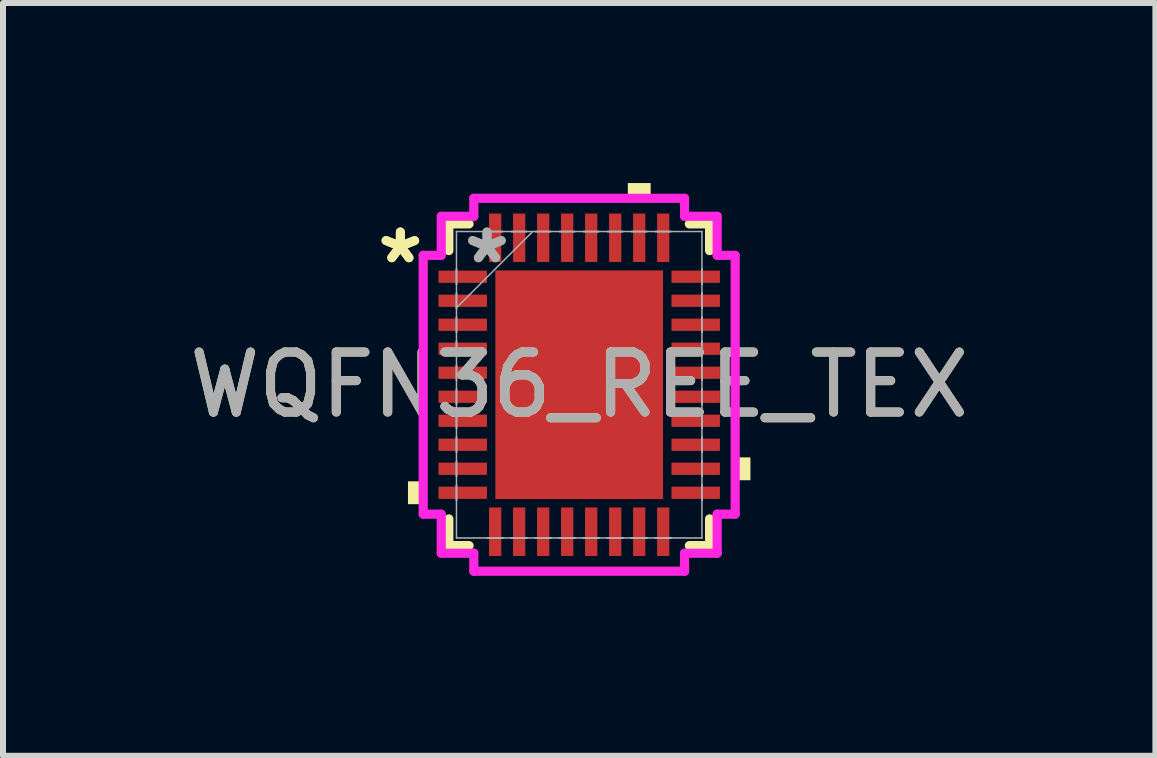
<source format=kicad_pcb>
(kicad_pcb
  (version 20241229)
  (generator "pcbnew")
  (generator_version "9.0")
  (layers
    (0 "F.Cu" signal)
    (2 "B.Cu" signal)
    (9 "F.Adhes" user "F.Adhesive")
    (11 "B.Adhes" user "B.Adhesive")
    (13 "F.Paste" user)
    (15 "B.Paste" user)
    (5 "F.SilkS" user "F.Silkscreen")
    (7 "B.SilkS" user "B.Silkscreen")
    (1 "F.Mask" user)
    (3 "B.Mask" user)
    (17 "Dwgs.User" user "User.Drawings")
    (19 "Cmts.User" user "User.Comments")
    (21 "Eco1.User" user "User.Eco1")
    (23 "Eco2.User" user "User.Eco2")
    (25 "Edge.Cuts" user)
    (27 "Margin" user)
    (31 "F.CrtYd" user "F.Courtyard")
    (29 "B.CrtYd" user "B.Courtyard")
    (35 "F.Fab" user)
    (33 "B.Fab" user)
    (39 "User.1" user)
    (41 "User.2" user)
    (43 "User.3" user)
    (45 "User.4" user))
  (footprint "WQFN36_REE_TEX"
    (layer "F.Cu")
    (at 6.601 3.361)
    (property "Reference" "WQFN36_REE_TEX" (at 0 0 0) (unlocked yes) (layer "F.SilkS") (effects (font (size 1 1) (thickness 0.15))))
    (attr smd)
    (fp_line (start -2.172 -2.68) (end -2.172 -2.235) (stroke (width 0.152) (type solid)) (layer "F.SilkS"))
    (fp_line (start -2.172 2.235) (end -2.172 2.68) (stroke (width 0.152) (type solid)) (layer "F.SilkS"))
    (fp_line (start -2.172 2.68) (end -1.835 2.68) (stroke (width 0.152) (type solid)) (layer "F.SilkS"))
    (fp_line (start -1.835 -2.68) (end -2.172 -2.68) (stroke (width 0.152) (type solid)) (layer "F.SilkS"))
    (fp_line (start 1.835 2.68) (end 2.172 2.68) (stroke (width 0.152) (type solid)) (layer "F.SilkS"))
    (fp_line (start 2.172 -2.68) (end 1.835 -2.68) (stroke (width 0.152) (type solid)) (layer "F.SilkS"))
    (fp_line (start 2.172 -2.235) (end 2.172 -2.68) (stroke (width 0.152) (type solid)) (layer "F.SilkS"))
    (fp_line (start 2.172 2.68) (end 2.172 2.235) (stroke (width 0.152) (type solid)) (layer "F.SilkS"))
    (fp_poly (pts (xy -2.853 1.609) (xy -2.853 1.99) (xy -2.599 1.99) (xy -2.599 1.609)) (stroke (width 0) (type solid)) (fill yes) (layer "F.SilkS"))
    (fp_poly (pts (xy 0.81 -3.107) (xy 0.81 -3.361) (xy 1.191 -3.361) (xy 1.191 -3.107)) (stroke (width 0) (type solid)) (fill yes) (layer "F.SilkS"))
    (fp_poly (pts (xy 2.853 1.21) (xy 2.853 1.591) (xy 2.599 1.591) (xy 2.599 1.21)) (stroke (width 0) (type solid)) (fill yes) (layer "F.SilkS"))
    (fp_poly (pts (xy -1.297 -1.805) (xy -1.297 -0.735) (xy -0.1 -0.735) (xy -0.1 -1.805)) (stroke (width 0) (type solid)) (fill yes) (layer "F.Paste"))
    (fp_poly (pts (xy -1.297 -0.535) (xy -1.297 0.535) (xy -0.1 0.535) (xy -0.1 -0.535)) (stroke (width 0) (type solid)) (fill yes) (layer "F.Paste"))
    (fp_poly (pts (xy -1.297 0.735) (xy -1.297 1.805) (xy -0.1 1.805) (xy -0.1 0.735)) (stroke (width 0) (type solid)) (fill yes) (layer "F.Paste"))
    (fp_poly (pts (xy 0.1 -1.805) (xy 0.1 -0.735) (xy 1.297 -0.735) (xy 1.297 -1.805)) (stroke (width 0) (type solid)) (fill yes) (layer "F.Paste"))
    (fp_poly (pts (xy 0.1 -0.535) (xy 0.1 0.535) (xy 1.297 0.535) (xy 1.297 -0.535)) (stroke (width 0) (type solid)) (fill yes) (layer "F.Paste"))
    (fp_poly (pts (xy 0.1 0.735) (xy 0.1 1.805) (xy 1.297 1.805) (xy 1.297 0.735)) (stroke (width 0) (type solid)) (fill yes) (layer "F.Paste"))
    (fp_line (start -2.599 -2.156) (end -2.299 -2.156) (stroke (width 0.152) (type solid)) (layer "F.CrtYd"))
    (fp_line (start -2.599 2.156) (end -2.599 -2.156) (stroke (width 0.152) (type solid)) (layer "F.CrtYd"))
    (fp_line (start -2.299 -2.807) (end -1.756 -2.807) (stroke (width 0.152) (type solid)) (layer "F.CrtYd"))
    (fp_line (start -2.299 -2.156) (end -2.299 -2.807) (stroke (width 0.152) (type solid)) (layer "F.CrtYd"))
    (fp_line (start -2.299 2.156) (end -2.599 2.156) (stroke (width 0.152) (type solid)) (layer "F.CrtYd"))
    (fp_line (start -2.299 2.807) (end -2.299 2.156) (stroke (width 0.152) (type solid)) (layer "F.CrtYd"))
    (fp_line (start -1.756 -3.107) (end 1.756 -3.107) (stroke (width 0.152) (type solid)) (layer "F.CrtYd"))
    (fp_line (start -1.756 -2.807) (end -1.756 -3.107) (stroke (width 0.152) (type solid)) (layer "F.CrtYd"))
    (fp_line (start -1.756 2.807) (end -2.299 2.807) (stroke (width 0.152) (type solid)) (layer "F.CrtYd"))
    (fp_line (start -1.756 3.107) (end -1.756 2.807) (stroke (width 0.152) (type solid)) (layer "F.CrtYd"))
    (fp_line (start 1.756 -3.107) (end 1.756 -2.807) (stroke (width 0.152) (type solid)) (layer "F.CrtYd"))
    (fp_line (start 1.756 -2.807) (end 2.299 -2.807) (stroke (width 0.152) (type solid)) (layer "F.CrtYd"))
    (fp_line (start 1.756 2.807) (end 1.756 3.107) (stroke (width 0.152) (type solid)) (layer "F.CrtYd"))
    (fp_line (start 1.756 3.107) (end -1.756 3.107) (stroke (width 0.152) (type solid)) (layer "F.CrtYd"))
    (fp_line (start 2.299 -2.807) (end 2.299 -2.156) (stroke (width 0.152) (type solid)) (layer "F.CrtYd"))
    (fp_line (start 2.299 -2.156) (end 2.599 -2.156) (stroke (width 0.152) (type solid)) (layer "F.CrtYd"))
    (fp_line (start 2.299 2.156) (end 2.299 2.807) (stroke (width 0.152) (type solid)) (layer "F.CrtYd"))
    (fp_line (start 2.299 2.807) (end 1.756 2.807) (stroke (width 0.152) (type solid)) (layer "F.CrtYd"))
    (fp_line (start 2.599 -2.156) (end 2.599 2.156) (stroke (width 0.152) (type solid)) (layer "F.CrtYd"))
    (fp_line (start 2.599 2.156) (end 2.299 2.156) (stroke (width 0.152) (type solid)) (layer "F.CrtYd"))
    (fp_line (start -2.045 -2.553) (end -2.045 -2.553) (stroke (width 0.025) (type solid)) (layer "F.Fab"))
    (fp_line (start -2.045 -2.553) (end -2.045 2.553) (stroke (width 0.025) (type solid)) (layer "F.Fab"))
    (fp_line (start -2.045 -1.927) (end -2.045 -1.927) (stroke (width 0.025) (type solid)) (layer "F.Fab"))
    (fp_line (start -2.045 -1.927) (end -2.045 -1.673) (stroke (width 0.025) (type solid)) (layer "F.Fab"))
    (fp_line (start -2.045 -1.673) (end -2.045 -1.927) (stroke (width 0.025) (type solid)) (layer "F.Fab"))
    (fp_line (start -2.045 -1.673) (end -2.045 -1.673) (stroke (width 0.025) (type solid)) (layer "F.Fab"))
    (fp_line (start -2.045 -1.527) (end -2.045 -1.527) (stroke (width 0.025) (type solid)) (layer "F.Fab"))
    (fp_line (start -2.045 -1.527) (end -2.045 -1.273) (stroke (width 0.025) (type solid)) (layer "F.Fab"))
    (fp_line (start -2.045 -1.283) (end -0.775 -2.553) (stroke (width 0.025) (type solid)) (layer "F.Fab"))
    (fp_line (start -2.045 -1.273) (end -2.045 -1.527) (stroke (width 0.025) (type solid)) (layer "F.Fab"))
    (fp_line (start -2.045 -1.273) (end -2.045 -1.273) (stroke (width 0.025) (type solid)) (layer "F.Fab"))
    (fp_line (start -2.045 -1.127) (end -2.045 -1.127) (stroke (width 0.025) (type solid)) (layer "F.Fab"))
    (fp_line (start -2.045 -1.127) (end -2.045 -0.873) (stroke (width 0.025) (type solid)) (layer "F.Fab"))
    (fp_line (start -2.045 -0.873) (end -2.045 -1.127) (stroke (width 0.025) (type solid)) (layer "F.Fab"))
    (fp_line (start -2.045 -0.873) (end -2.045 -0.873) (stroke (width 0.025) (type solid)) (layer "F.Fab"))
    (fp_line (start -2.045 -0.727) (end -2.045 -0.727) (stroke (width 0.025) (type solid)) (layer "F.Fab"))
    (fp_line (start -2.045 -0.727) (end -2.045 -0.473) (stroke (width 0.025) (type solid)) (layer "F.Fab"))
    (fp_line (start -2.045 -0.473) (end -2.045 -0.727) (stroke (width 0.025) (type solid)) (layer "F.Fab"))
    (fp_line (start -2.045 -0.473) (end -2.045 -0.473) (stroke (width 0.025) (type solid)) (layer "F.Fab"))
    (fp_line (start -2.045 -0.327) (end -2.045 -0.327) (stroke (width 0.025) (type solid)) (layer "F.Fab"))
    (fp_line (start -2.045 -0.327) (end -2.045 -0.073) (stroke (width 0.025) (type solid)) (layer "F.Fab"))
    (fp_line (start -2.045 -0.073) (end -2.045 -0.327) (stroke (width 0.025) (type solid)) (layer "F.Fab"))
    (fp_line (start -2.045 -0.073) (end -2.045 -0.073) (stroke (width 0.025) (type solid)) (layer "F.Fab"))
    (fp_line (start -2.045 0.073) (end -2.045 0.073) (stroke (width 0.025) (type solid)) (layer "F.Fab"))
    (fp_line (start -2.045 0.073) (end -2.045 0.327) (stroke (width 0.025) (type solid)) (layer "F.Fab"))
    (fp_line (start -2.045 0.327) (end -2.045 0.073) (stroke (width 0.025) (type solid)) (layer "F.Fab"))
    (fp_line (start -2.045 0.327) (end -2.045 0.327) (stroke (width 0.025) (type solid)) (layer "F.Fab"))
    (fp_line (start -2.045 0.473) (end -2.045 0.473) (stroke (width 0.025) (type solid)) (layer "F.Fab"))
    (fp_line (start -2.045 0.473) (end -2.045 0.727) (stroke (width 0.025) (type solid)) (layer "F.Fab"))
    (fp_line (start -2.045 0.727) (end -2.045 0.473) (stroke (width 0.025) (type solid)) (layer "F.Fab"))
    (fp_line (start -2.045 0.727) (end -2.045 0.727) (stroke (width 0.025) (type solid)) (layer "F.Fab"))
    (fp_line (start -2.045 0.873) (end -2.045 0.873) (stroke (width 0.025) (type solid)) (layer "F.Fab"))
    (fp_line (start -2.045 0.873) (end -2.045 1.127) (stroke (width 0.025) (type solid)) (layer "F.Fab"))
    (fp_line (start -2.045 1.127) (end -2.045 0.873) (stroke (width 0.025) (type solid)) (layer "F.Fab"))
    (fp_line (start -2.045 1.127) (end -2.045 1.127) (stroke (width 0.025) (type solid)) (layer "F.Fab"))
    (fp_line (start -2.045 1.273) (end -2.045 1.273) (stroke (width 0.025) (type solid)) (layer "F.Fab"))
    (fp_line (start -2.045 1.273) (end -2.045 1.527) (stroke (width 0.025) (type solid)) (layer "F.Fab"))
    (fp_line (start -2.045 1.527) (end -2.045 1.273) (stroke (width 0.025) (type solid)) (layer "F.Fab"))
    (fp_line (start -2.045 1.527) (end -2.045 1.527) (stroke (width 0.025) (type solid)) (layer "F.Fab"))
    (fp_line (start -2.045 1.673) (end -2.045 1.673) (stroke (width 0.025) (type solid)) (layer "F.Fab"))
    (fp_line (start -2.045 1.673) (end -2.045 1.927) (stroke (width 0.025) (type solid)) (layer "F.Fab"))
    (fp_line (start -2.045 1.927) (end -2.045 1.673) (stroke (width 0.025) (type solid)) (layer "F.Fab"))
    (fp_line (start -2.045 1.927) (end -2.045 1.927) (stroke (width 0.025) (type solid)) (layer "F.Fab"))
    (fp_line (start -2.045 2.553) (end -2.045 2.553) (stroke (width 0.025) (type solid)) (layer "F.Fab"))
    (fp_line (start -2.045 2.553) (end 2.045 2.553) (stroke (width 0.025) (type solid)) (layer "F.Fab"))
    (fp_line (start -1.527 -2.553) (end -1.527 -2.553) (stroke (width 0.025) (type solid)) (layer "F.Fab"))
    (fp_line (start -1.527 -2.553) (end -1.273 -2.553) (stroke (width 0.025) (type solid)) (layer "F.Fab"))
    (fp_line (start -1.527 2.553) (end -1.527 2.553) (stroke (width 0.025) (type solid)) (layer "F.Fab"))
    (fp_line (start -1.527 2.553) (end -1.273 2.553) (stroke (width 0.025) (type solid)) (layer "F.Fab"))
    (fp_line (start -1.273 -2.553) (end -1.527 -2.553) (stroke (width 0.025) (type solid)) (layer "F.Fab"))
    (fp_line (start -1.273 -2.553) (end -1.273 -2.553) (stroke (width 0.025) (type solid)) (layer "F.Fab"))
    (fp_line (start -1.273 2.553) (end -1.527 2.553) (stroke (width 0.025) (type solid)) (layer "F.Fab"))
    (fp_line (start -1.273 2.553) (end -1.273 2.553) (stroke (width 0.025) (type solid)) (layer "F.Fab"))
    (fp_line (start -1.127 -2.553) (end -1.127 -2.553) (stroke (width 0.025) (type solid)) (layer "F.Fab"))
    (fp_line (start -1.127 -2.553) (end -0.873 -2.553) (stroke (width 0.025) (type solid)) (layer "F.Fab"))
    (fp_line (start -1.127 2.553) (end -1.127 2.553) (stroke (width 0.025) (type solid)) (layer "F.Fab"))
    (fp_line (start -1.127 2.553) (end -0.873 2.553) (stroke (width 0.025) (type solid)) (layer "F.Fab"))
    (fp_line (start -0.873 -2.553) (end -1.127 -2.553) (stroke (width 0.025) (type solid)) (layer "F.Fab"))
    (fp_line (start -0.873 -2.553) (end -0.873 -2.553) (stroke (width 0.025) (type solid)) (layer "F.Fab"))
    (fp_line (start -0.873 2.553) (end -1.127 2.553) (stroke (width 0.025) (type solid)) (layer "F.Fab"))
    (fp_line (start -0.873 2.553) (end -0.873 2.553) (stroke (width 0.025) (type solid)) (layer "F.Fab"))
    (fp_line (start -0.727 -2.553) (end -0.727 -2.553) (stroke (width 0.025) (type solid)) (layer "F.Fab"))
    (fp_line (start -0.727 -2.553) (end -0.473 -2.553) (stroke (width 0.025) (type solid)) (layer "F.Fab"))
    (fp_line (start -0.727 2.553) (end -0.727 2.553) (stroke (width 0.025) (type solid)) (layer "F.Fab"))
    (fp_line (start -0.727 2.553) (end -0.473 2.553) (stroke (width 0.025) (type solid)) (layer "F.Fab"))
    (fp_line (start -0.473 -2.553) (end -0.727 -2.553) (stroke (width 0.025) (type solid)) (layer "F.Fab"))
    (fp_line (start -0.473 -2.553) (end -0.473 -2.553) (stroke (width 0.025) (type solid)) (layer "F.Fab"))
    (fp_line (start -0.473 2.553) (end -0.727 2.553) (stroke (width 0.025) (type solid)) (layer "F.Fab"))
    (fp_line (start -0.473 2.553) (end -0.473 2.553) (stroke (width 0.025) (type solid)) (layer "F.Fab"))
    (fp_line (start -0.327 -2.553) (end -0.327 -2.553) (stroke (width 0.025) (type solid)) (layer "F.Fab"))
    (fp_line (start -0.327 -2.553) (end -0.073 -2.553) (stroke (width 0.025) (type solid)) (layer "F.Fab"))
    (fp_line (start -0.327 2.553) (end -0.327 2.553) (stroke (width 0.025) (type solid)) (layer "F.Fab"))
    (fp_line (start -0.327 2.553) (end -0.073 2.553) (stroke (width 0.025) (type solid)) (layer "F.Fab"))
    (fp_line (start -0.073 -2.553) (end -0.327 -2.553) (stroke (width 0.025) (type solid)) (layer "F.Fab"))
    (fp_line (start -0.073 -2.553) (end -0.073 -2.553) (stroke (width 0.025) (type solid)) (layer "F.Fab"))
    (fp_line (start -0.073 2.553) (end -0.327 2.553) (stroke (width 0.025) (type solid)) (layer "F.Fab"))
    (fp_line (start -0.073 2.553) (end -0.073 2.553) (stroke (width 0.025) (type solid)) (layer "F.Fab"))
    (fp_line (start 0.073 -2.553) (end 0.073 -2.553) (stroke (width 0.025) (type solid)) (layer "F.Fab"))
    (fp_line (start 0.073 -2.553) (end 0.327 -2.553) (stroke (width 0.025) (type solid)) (layer "F.Fab"))
    (fp_line (start 0.073 2.553) (end 0.073 2.553) (stroke (width 0.025) (type solid)) (layer "F.Fab"))
    (fp_line (start 0.073 2.553) (end 0.327 2.553) (stroke (width 0.025) (type solid)) (layer "F.Fab"))
    (fp_line (start 0.327 -2.553) (end 0.073 -2.553) (stroke (width 0.025) (type solid)) (layer "F.Fab"))
    (fp_line (start 0.327 -2.553) (end 0.327 -2.553) (stroke (width 0.025) (type solid)) (layer "F.Fab"))
    (fp_line (start 0.327 2.553) (end 0.073 2.553) (stroke (width 0.025) (type solid)) (layer "F.Fab"))
    (fp_line (start 0.327 2.553) (end 0.327 2.553) (stroke (width 0.025) (type solid)) (layer "F.Fab"))
    (fp_line (start 0.473 -2.553) (end 0.473 -2.553) (stroke (width 0.025) (type solid)) (layer "F.Fab"))
    (fp_line (start 0.473 -2.553) (end 0.727 -2.553) (stroke (width 0.025) (type solid)) (layer "F.Fab"))
    (fp_line (start 0.473 2.553) (end 0.473 2.553) (stroke (width 0.025) (type solid)) (layer "F.Fab"))
    (fp_line (start 0.473 2.553) (end 0.727 2.553) (stroke (width 0.025) (type solid)) (layer "F.Fab"))
    (fp_line (start 0.727 -2.553) (end 0.473 -2.553) (stroke (width 0.025) (type solid)) (layer "F.Fab"))
    (fp_line (start 0.727 -2.553) (end 0.727 -2.553) (stroke (width 0.025) (type solid)) (layer "F.Fab"))
    (fp_line (start 0.727 2.553) (end 0.473 2.553) (stroke (width 0.025) (type solid)) (layer "F.Fab"))
    (fp_line (start 0.727 2.553) (end 0.727 2.553) (stroke (width 0.025) (type solid)) (layer "F.Fab"))
    (fp_line (start 0.873 -2.553) (end 0.873 -2.553) (stroke (width 0.025) (type solid)) (layer "F.Fab"))
    (fp_line (start 0.873 -2.553) (end 1.127 -2.553) (stroke (width 0.025) (type solid)) (layer "F.Fab"))
    (fp_line (start 0.873 2.553) (end 0.873 2.553) (stroke (width 0.025) (type solid)) (layer "F.Fab"))
    (fp_line (start 0.873 2.553) (end 1.127 2.553) (stroke (width 0.025) (type solid)) (layer "F.Fab"))
    (fp_line (start 1.127 -2.553) (end 0.873 -2.553) (stroke (width 0.025) (type solid)) (layer "F.Fab"))
    (fp_line (start 1.127 -2.553) (end 1.127 -2.553) (stroke (width 0.025) (type solid)) (layer "F.Fab"))
    (fp_line (start 1.127 2.553) (end 0.873 2.553) (stroke (width 0.025) (type solid)) (layer "F.Fab"))
    (fp_line (start 1.127 2.553) (end 1.127 2.553) (stroke (width 0.025) (type solid)) (layer "F.Fab"))
    (fp_line (start 1.273 -2.553) (end 1.273 -2.553) (stroke (width 0.025) (type solid)) (layer "F.Fab"))
    (fp_line (start 1.273 -2.553) (end 1.527 -2.553) (stroke (width 0.025) (type solid)) (layer "F.Fab"))
    (fp_line (start 1.273 2.553) (end 1.273 2.553) (stroke (width 0.025) (type solid)) (layer "F.Fab"))
    (fp_line (start 1.273 2.553) (end 1.527 2.553) (stroke (width 0.025) (type solid)) (layer "F.Fab"))
    (fp_line (start 1.527 -2.553) (end 1.273 -2.553) (stroke (width 0.025) (type solid)) (layer "F.Fab"))
    (fp_line (start 1.527 -2.553) (end 1.527 -2.553) (stroke (width 0.025) (type solid)) (layer "F.Fab"))
    (fp_line (start 1.527 2.553) (end 1.273 2.553) (stroke (width 0.025) (type solid)) (layer "F.Fab"))
    (fp_line (start 1.527 2.553) (end 1.527 2.553) (stroke (width 0.025) (type solid)) (layer "F.Fab"))
    (fp_line (start 2.045 -2.553) (end -2.045 -2.553) (stroke (width 0.025) (type solid)) (layer "F.Fab"))
    (fp_line (start 2.045 -2.553) (end 2.045 -2.553) (stroke (width 0.025) (type solid)) (layer "F.Fab"))
    (fp_line (start 2.045 -1.927) (end 2.045 -1.927) (stroke (width 0.025) (type solid)) (layer "F.Fab"))
    (fp_line (start 2.045 -1.927) (end 2.045 -1.673) (stroke (width 0.025) (type solid)) (layer "F.Fab"))
    (fp_line (start 2.045 -1.673) (end 2.045 -1.927) (stroke (width 0.025) (type solid)) (layer "F.Fab"))
    (fp_line (start 2.045 -1.673) (end 2.045 -1.673) (stroke (width 0.025) (type solid)) (layer "F.Fab"))
    (fp_line (start 2.045 -1.527) (end 2.045 -1.527) (stroke (width 0.025) (type solid)) (layer "F.Fab"))
    (fp_line (start 2.045 -1.527) (end 2.045 -1.273) (stroke (width 0.025) (type solid)) (layer "F.Fab"))
    (fp_line (start 2.045 -1.273) (end 2.045 -1.527) (stroke (width 0.025) (type solid)) (layer "F.Fab"))
    (fp_line (start 2.045 -1.273) (end 2.045 -1.273) (stroke (width 0.025) (type solid)) (layer "F.Fab"))
    (fp_line (start 2.045 -1.127) (end 2.045 -1.127) (stroke (width 0.025) (type solid)) (layer "F.Fab"))
    (fp_line (start 2.045 -1.127) (end 2.045 -0.873) (stroke (width 0.025) (type solid)) (layer "F.Fab"))
    (fp_line (start 2.045 -0.873) (end 2.045 -1.127) (stroke (width 0.025) (type solid)) (layer "F.Fab"))
    (fp_line (start 2.045 -0.873) (end 2.045 -0.873) (stroke (width 0.025) (type solid)) (layer "F.Fab"))
    (fp_line (start 2.045 -0.727) (end 2.045 -0.727) (stroke (width 0.025) (type solid)) (layer "F.Fab"))
    (fp_line (start 2.045 -0.727) (end 2.045 -0.473) (stroke (width 0.025) (type solid)) (layer "F.Fab"))
    (fp_line (start 2.045 -0.473) (end 2.045 -0.727) (stroke (width 0.025) (type solid)) (layer "F.Fab"))
    (fp_line (start 2.045 -0.473) (end 2.045 -0.473) (stroke (width 0.025) (type solid)) (layer "F.Fab"))
    (fp_line (start 2.045 -0.327) (end 2.045 -0.327) (stroke (width 0.025) (type solid)) (layer "F.Fab"))
    (fp_line (start 2.045 -0.327) (end 2.045 -0.073) (stroke (width 0.025) (type solid)) (layer "F.Fab"))
    (fp_line (start 2.045 -0.073) (end 2.045 -0.327) (stroke (width 0.025) (type solid)) (layer "F.Fab"))
    (fp_line (start 2.045 -0.073) (end 2.045 -0.073) (stroke (width 0.025) (type solid)) (layer "F.Fab"))
    (fp_line (start 2.045 0.073) (end 2.045 0.073) (stroke (width 0.025) (type solid)) (layer "F.Fab"))
    (fp_line (start 2.045 0.073) (end 2.045 0.327) (stroke (width 0.025) (type solid)) (layer "F.Fab"))
    (fp_line (start 2.045 0.327) (end 2.045 0.073) (stroke (width 0.025) (type solid)) (layer "F.Fab"))
    (fp_line (start 2.045 0.327) (end 2.045 0.327) (stroke (width 0.025) (type solid)) (layer "F.Fab"))
    (fp_line (start 2.045 0.473) (end 2.045 0.473) (stroke (width 0.025) (type solid)) (layer "F.Fab"))
    (fp_line (start 2.045 0.473) (end 2.045 0.727) (stroke (width 0.025) (type solid)) (layer "F.Fab"))
    (fp_line (start 2.045 0.727) (end 2.045 0.473) (stroke (width 0.025) (type solid)) (layer "F.Fab"))
    (fp_line (start 2.045 0.727) (end 2.045 0.727) (stroke (width 0.025) (type solid)) (layer "F.Fab"))
    (fp_line (start 2.045 0.873) (end 2.045 0.873) (stroke (width 0.025) (type solid)) (layer "F.Fab"))
    (fp_line (start 2.045 0.873) (end 2.045 1.127) (stroke (width 0.025) (type solid)) (layer "F.Fab"))
    (fp_line (start 2.045 1.127) (end 2.045 0.873) (stroke (width 0.025) (type solid)) (layer "F.Fab"))
    (fp_line (start 2.045 1.127) (end 2.045 1.127) (stroke (width 0.025) (type solid)) (layer "F.Fab"))
    (fp_line (start 2.045 1.273) (end 2.045 1.273) (stroke (width 0.025) (type solid)) (layer "F.Fab"))
    (fp_line (start 2.045 1.273) (end 2.045 1.527) (stroke (width 0.025) (type solid)) (layer "F.Fab"))
    (fp_line (start 2.045 1.527) (end 2.045 1.273) (stroke (width 0.025) (type solid)) (layer "F.Fab"))
    (fp_line (start 2.045 1.527) (end 2.045 1.527) (stroke (width 0.025) (type solid)) (layer "F.Fab"))
    (fp_line (start 2.045 1.673) (end 2.045 1.673) (stroke (width 0.025) (type solid)) (layer "F.Fab"))
    (fp_line (start 2.045 1.673) (end 2.045 1.927) (stroke (width 0.025) (type solid)) (layer "F.Fab"))
    (fp_line (start 2.045 1.927) (end 2.045 1.673) (stroke (width 0.025) (type solid)) (layer "F.Fab"))
    (fp_line (start 2.045 1.927) (end 2.045 1.927) (stroke (width 0.025) (type solid)) (layer "F.Fab"))
    (fp_line (start 2.045 2.553) (end 2.045 -2.553) (stroke (width 0.025) (type solid)) (layer "F.Fab"))
    (fp_line (start 2.045 2.553) (end 2.045 2.553) (stroke (width 0.025) (type solid)) (layer "F.Fab"))
    (fp_text user "*" (at -2.98 -2 0) (layer "F.SilkS") (effects (font (size 1 1) (thickness 0.15))))
    (fp_text user "*" (at -2.98 -2 0) (unlocked yes) (layer "F.SilkS") (effects (font (size 1 1) (thickness 0.15))))
    (fp_text user "*" (at -1.537 -2 0) (unlocked yes) (layer "F.Fab") (effects (font (size 1 1) (thickness 0.15))))
    (fp_text user "${REFERENCE}" (at 0 0 0) (unlocked yes) (layer "F.Fab") (effects (font (size 1 1) (thickness 0.15))))
    (fp_text user "*" (at -1.537 -2 0) (layer "F.Fab") (effects (font (size 1 1) (thickness 0.15))))
    (pad "1" smd rect (at -1.941 -1.8 90) (size 0.204 0.808) (layers "F.Cu" "F.Mask" "F.Paste"))
    (pad "2" smd rect (at -1.941 -1.4 90) (size 0.204 0.808) (layers "F.Cu" "F.Mask" "F.Paste"))
    (pad "3" smd rect (at -1.941 -1 90) (size 0.204 0.808) (layers "F.Cu" "F.Mask" "F.Paste"))
    (pad "4" smd rect (at -1.941 -0.6 90) (size 0.204 0.808) (layers "F.Cu" "F.Mask" "F.Paste"))
    (pad "5" smd rect (at -1.941 -0.2 90) (size 0.204 0.808) (layers "F.Cu" "F.Mask" "F.Paste"))
    (pad "6" smd rect (at -1.941 0.2 90) (size 0.204 0.808) (layers "F.Cu" "F.Mask" "F.Paste"))
    (pad "7" smd rect (at -1.941 0.6 90) (size 0.204 0.808) (layers "F.Cu" "F.Mask" "F.Paste"))
    (pad "8" smd rect (at -1.941 1 90) (size 0.204 0.808) (layers "F.Cu" "F.Mask" "F.Paste"))
    (pad "9" smd rect (at -1.941 1.4 90) (size 0.204 0.808) (layers "F.Cu" "F.Mask" "F.Paste"))
    (pad "10" smd rect (at -1.941 1.8 90) (size 0.204 0.808) (layers "F.Cu" "F.Mask" "F.Paste"))
    (pad "11" smd rect (at -1.4 2.449) (size 0.204 0.808) (layers "F.Cu" "F.Mask" "F.Paste"))
    (pad "12" smd rect (at -1 2.449) (size 0.204 0.808) (layers "F.Cu" "F.Mask" "F.Paste"))
    (pad "13" smd rect (at -0.6 2.449) (size 0.204 0.808) (layers "F.Cu" "F.Mask" "F.Paste"))
    (pad "14" smd rect (at -0.2 2.449) (size 0.204 0.808) (layers "F.Cu" "F.Mask" "F.Paste"))
    (pad "15" smd rect (at 0.2 2.449) (size 0.204 0.808) (layers "F.Cu" "F.Mask" "F.Paste"))
    (pad "16" smd rect (at 0.6 2.449) (size 0.204 0.808) (layers "F.Cu" "F.Mask" "F.Paste"))
    (pad "17" smd rect (at 1 2.449) (size 0.204 0.808) (layers "F.Cu" "F.Mask" "F.Paste"))
    (pad "18" smd rect (at 1.4 2.449) (size 0.204 0.808) (layers "F.Cu" "F.Mask" "F.Paste"))
    (pad "19" smd rect (at 1.941 1.8 90) (size 0.204 0.808) (layers "F.Cu" "F.Mask" "F.Paste"))
    (pad "20" smd rect (at 1.941 1.4 90) (size 0.204 0.808) (layers "F.Cu" "F.Mask" "F.Paste"))
    (pad "21" smd rect (at 1.941 1 90) (size 0.204 0.808) (layers "F.Cu" "F.Mask" "F.Paste"))
    (pad "22" smd rect (at 1.941 0.6 90) (size 0.204 0.808) (layers "F.Cu" "F.Mask" "F.Paste"))
    (pad "23" smd rect (at 1.941 0.2 90) (size 0.204 0.808) (layers "F.Cu" "F.Mask" "F.Paste"))
    (pad "24" smd rect (at 1.941 -0.2 90) (size 0.204 0.808) (layers "F.Cu" "F.Mask" "F.Paste"))
    (pad "25" smd rect (at 1.941 -0.6 90) (size 0.204 0.808) (layers "F.Cu" "F.Mask" "F.Paste"))
    (pad "26" smd rect (at 1.941 -1 90) (size 0.204 0.808) (layers "F.Cu" "F.Mask" "F.Paste"))
    (pad "27" smd rect (at 1.941 -1.4 90) (size 0.204 0.808) (layers "F.Cu" "F.Mask" "F.Paste"))
    (pad "28" smd rect (at 1.941 -1.8 90) (size 0.204 0.808) (layers "F.Cu" "F.Mask" "F.Paste"))
    (pad "29" smd rect (at 1.4 -2.449) (size 0.204 0.808) (layers "F.Cu" "F.Mask" "F.Paste"))
    (pad "30" smd rect (at 1 -2.449) (size 0.204 0.808) (layers "F.Cu" "F.Mask" "F.Paste"))
    (pad "31" smd rect (at 0.6 -2.449) (size 0.204 0.808) (layers "F.Cu" "F.Mask" "F.Paste"))
    (pad "32" smd rect (at 0.2 -2.449) (size 0.204 0.808) (layers "F.Cu" "F.Mask" "F.Paste"))
    (pad "33" smd rect (at -0.2 -2.449) (size 0.204 0.808) (layers "F.Cu" "F.Mask" "F.Paste"))
    (pad "34" smd rect (at -0.6 -2.449) (size 0.204 0.808) (layers "F.Cu" "F.Mask" "F.Paste"))
    (pad "35" smd rect (at -1 -2.449) (size 0.204 0.808) (layers "F.Cu" "F.Mask" "F.Paste"))
    (pad "36" smd rect (at -1.4 -2.449) (size 0.204 0.808) (layers "F.Cu" "F.Mask" "F.Paste"))
    (pad "37" smd rect (at 0 0) (size 2.794 3.81) (layers "F.Cu" "F.Mask" "F.Paste")))
  (gr_rect
    (start -3 -3)
    (end 16.202 9.544)
    (stroke (width 0.1) (type default))
    (fill no)
    (layer "Edge.Cuts")))
</source>
